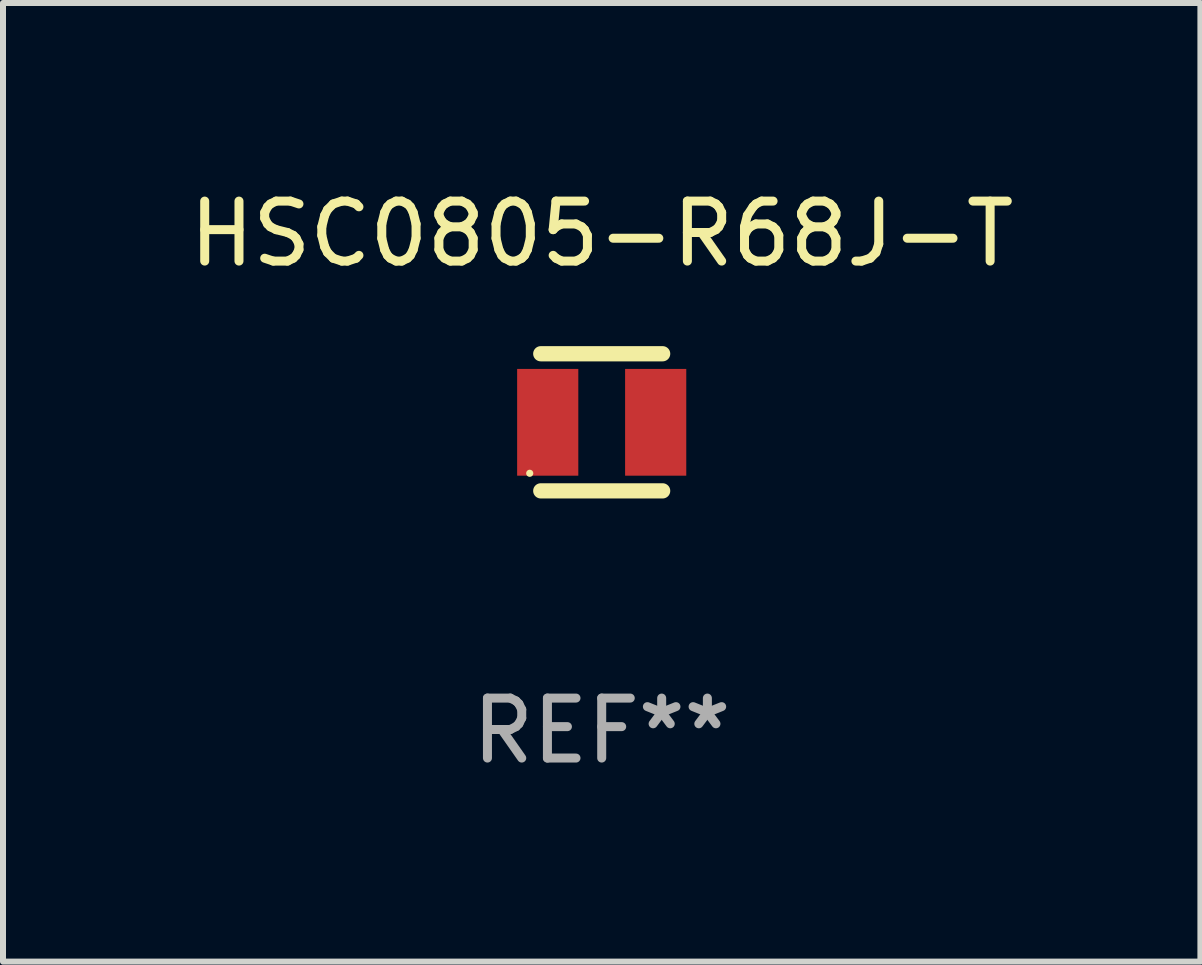
<source format=kicad_pcb>
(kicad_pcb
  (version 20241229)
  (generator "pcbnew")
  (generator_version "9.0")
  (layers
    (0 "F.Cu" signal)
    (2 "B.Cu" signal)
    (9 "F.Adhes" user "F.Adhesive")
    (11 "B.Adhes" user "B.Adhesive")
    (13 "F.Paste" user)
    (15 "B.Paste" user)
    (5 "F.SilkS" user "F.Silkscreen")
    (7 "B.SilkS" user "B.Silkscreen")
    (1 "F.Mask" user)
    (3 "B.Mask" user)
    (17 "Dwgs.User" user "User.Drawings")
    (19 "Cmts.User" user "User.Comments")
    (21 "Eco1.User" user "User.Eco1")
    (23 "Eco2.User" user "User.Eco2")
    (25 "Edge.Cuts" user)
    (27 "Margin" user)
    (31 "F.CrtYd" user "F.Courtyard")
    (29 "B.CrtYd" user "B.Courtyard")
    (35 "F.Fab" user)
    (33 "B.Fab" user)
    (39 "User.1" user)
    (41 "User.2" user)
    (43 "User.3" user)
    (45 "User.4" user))
  (footprint "HSC0805-R68J-T"
    (layer "F.Cu")
    (at 6.982 3.991)
    (property "Reference" "HSC0805-R68J-T" (at 0 -3.143 0) (layer "F.SilkS") (effects (font (size 1 1) (thickness 0.15))))
    (attr through_hole)
    (fp_line (start -1.016 -1.143) (end 1.016 -1.143) (stroke (width 0.254) (type solid)) (layer "F.SilkS"))
    (fp_line (start -1.016 1.143) (end 1.016 1.143) (stroke (width 0.254) (type solid)) (layer "F.SilkS"))
    (fp_circle (center -1.2 0.85) (end -1.17 0.85) (stroke (width 0.06) (type solid)) (fill no) (layer "F.SilkS"))
    (fp_text user "REF**" (at 0 5.143 0) (layer "F.Fab") (effects (font (size 1 1) (thickness 0.15))))
    (pad "1" smd rect (at -0.9 0) (size 1.02 1.78) (layers "F.Cu" "F.Mask" "F.Paste"))
    (pad "2" smd rect (at 0.9 0) (size 1.02 1.78) (layers "F.Cu" "F.Mask" "F.Paste")))
  (gr_rect
    (start -3 -3)
    (end 16.964 12.983)
    (stroke (width 0.1) (type default))
    (fill no)
    (layer "Edge.Cuts")))
</source>
